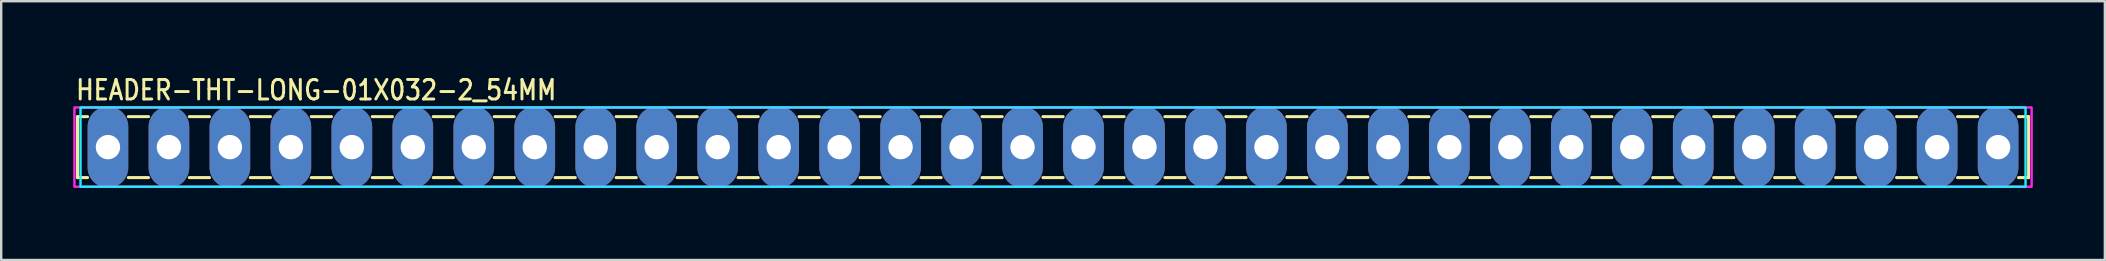
<source format=kicad_pcb>
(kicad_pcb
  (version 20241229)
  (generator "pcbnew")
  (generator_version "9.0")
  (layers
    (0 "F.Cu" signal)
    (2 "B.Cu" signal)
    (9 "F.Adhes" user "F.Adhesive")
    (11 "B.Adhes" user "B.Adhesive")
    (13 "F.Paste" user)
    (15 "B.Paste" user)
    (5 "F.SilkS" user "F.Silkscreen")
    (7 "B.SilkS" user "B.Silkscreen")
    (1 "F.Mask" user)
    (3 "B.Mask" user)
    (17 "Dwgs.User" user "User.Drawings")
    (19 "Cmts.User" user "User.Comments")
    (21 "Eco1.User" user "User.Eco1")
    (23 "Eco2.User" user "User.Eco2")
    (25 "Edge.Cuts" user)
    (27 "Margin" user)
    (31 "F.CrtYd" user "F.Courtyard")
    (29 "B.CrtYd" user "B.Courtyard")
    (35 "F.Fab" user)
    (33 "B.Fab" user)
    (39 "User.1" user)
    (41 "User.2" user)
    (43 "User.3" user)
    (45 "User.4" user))
  (footprint "HEADER-THT-LONG-01X032-2_54MM"
    (layer "F.Cu")
    (at 1.447 3.079)
    (property "Reference" "HEADER-THT-LONG-01X032-2_54MM" (at -1.4 -1.9 0) (unlocked yes) (layer "F.SilkS") (effects (font (size 0.813 0.695) (thickness 0.122)) (justify left bottom)))
    (fp_line (start -1.27 -1.27) (end -1.27 1.27) (stroke (width 0.127) (type solid)) (layer "F.SilkS"))
    (fp_line (start -1.27 1.27) (end -0.85 1.27) (stroke (width 0.127) (type solid)) (layer "F.SilkS"))
    (fp_line (start -0.85 -1.27) (end -1.27 -1.27) (stroke (width 0.127) (type solid)) (layer "F.SilkS"))
    (fp_line (start 0.85 -1.27) (end 1.69 -1.27) (stroke (width 0.127) (type solid)) (layer "F.SilkS"))
    (fp_line (start 0.85 1.27) (end 1.69 1.27) (stroke (width 0.127) (type solid)) (layer "F.SilkS"))
    (fp_line (start 3.39 -1.27) (end 4.23 -1.27) (stroke (width 0.127) (type solid)) (layer "F.SilkS"))
    (fp_line (start 3.39 1.27) (end 4.23 1.27) (stroke (width 0.127) (type solid)) (layer "F.SilkS"))
    (fp_line (start 5.93 -1.27) (end 6.77 -1.27) (stroke (width 0.127) (type solid)) (layer "F.SilkS"))
    (fp_line (start 5.93 1.27) (end 6.77 1.27) (stroke (width 0.127) (type solid)) (layer "F.SilkS"))
    (fp_line (start 8.47 -1.27) (end 9.31 -1.27) (stroke (width 0.127) (type solid)) (layer "F.SilkS"))
    (fp_line (start 8.47 1.27) (end 9.31 1.27) (stroke (width 0.127) (type solid)) (layer "F.SilkS"))
    (fp_line (start 11.01 -1.27) (end 11.85 -1.27) (stroke (width 0.127) (type solid)) (layer "F.SilkS"))
    (fp_line (start 11.01 1.27) (end 11.85 1.27) (stroke (width 0.127) (type solid)) (layer "F.SilkS"))
    (fp_line (start 13.55 -1.27) (end 14.39 -1.27) (stroke (width 0.127) (type solid)) (layer "F.SilkS"))
    (fp_line (start 13.55 1.27) (end 14.39 1.27) (stroke (width 0.127) (type solid)) (layer "F.SilkS"))
    (fp_line (start 16.09 -1.27) (end 16.93 -1.27) (stroke (width 0.127) (type solid)) (layer "F.SilkS"))
    (fp_line (start 16.09 1.27) (end 16.93 1.27) (stroke (width 0.127) (type solid)) (layer "F.SilkS"))
    (fp_line (start 18.63 -1.27) (end 19.47 -1.27) (stroke (width 0.127) (type solid)) (layer "F.SilkS"))
    (fp_line (start 18.63 1.27) (end 19.47 1.27) (stroke (width 0.127) (type solid)) (layer "F.SilkS"))
    (fp_line (start 21.17 -1.27) (end 22.01 -1.27) (stroke (width 0.127) (type solid)) (layer "F.SilkS"))
    (fp_line (start 21.17 1.27) (end 22.01 1.27) (stroke (width 0.127) (type solid)) (layer "F.SilkS"))
    (fp_line (start 23.71 -1.27) (end 24.55 -1.27) (stroke (width 0.127) (type solid)) (layer "F.SilkS"))
    (fp_line (start 23.71 1.27) (end 24.55 1.27) (stroke (width 0.127) (type solid)) (layer "F.SilkS"))
    (fp_line (start 26.25 -1.27) (end 27.09 -1.27) (stroke (width 0.127) (type solid)) (layer "F.SilkS"))
    (fp_line (start 26.25 1.27) (end 27.09 1.27) (stroke (width 0.127) (type solid)) (layer "F.SilkS"))
    (fp_line (start 28.79 -1.27) (end 29.63 -1.27) (stroke (width 0.127) (type solid)) (layer "F.SilkS"))
    (fp_line (start 28.79 1.27) (end 29.63 1.27) (stroke (width 0.127) (type solid)) (layer "F.SilkS"))
    (fp_line (start 31.33 -1.27) (end 32.17 -1.27) (stroke (width 0.127) (type solid)) (layer "F.SilkS"))
    (fp_line (start 31.33 1.27) (end 32.17 1.27) (stroke (width 0.127) (type solid)) (layer "F.SilkS"))
    (fp_line (start 33.87 -1.27) (end 34.71 -1.27) (stroke (width 0.127) (type solid)) (layer "F.SilkS"))
    (fp_line (start 33.87 1.27) (end 34.71 1.27) (stroke (width 0.127) (type solid)) (layer "F.SilkS"))
    (fp_line (start 36.41 -1.27) (end 37.25 -1.27) (stroke (width 0.127) (type solid)) (layer "F.SilkS"))
    (fp_line (start 36.41 1.27) (end 37.25 1.27) (stroke (width 0.127) (type solid)) (layer "F.SilkS"))
    (fp_line (start 38.95 -1.27) (end 39.79 -1.27) (stroke (width 0.127) (type solid)) (layer "F.SilkS"))
    (fp_line (start 38.95 1.27) (end 39.79 1.27) (stroke (width 0.127) (type solid)) (layer "F.SilkS"))
    (fp_line (start 41.49 -1.27) (end 42.33 -1.27) (stroke (width 0.127) (type solid)) (layer "F.SilkS"))
    (fp_line (start 41.49 1.27) (end 42.33 1.27) (stroke (width 0.127) (type solid)) (layer "F.SilkS"))
    (fp_line (start 44.03 -1.27) (end 44.87 -1.27) (stroke (width 0.127) (type solid)) (layer "F.SilkS"))
    (fp_line (start 44.03 1.27) (end 44.87 1.27) (stroke (width 0.127) (type solid)) (layer "F.SilkS"))
    (fp_line (start 46.57 -1.27) (end 47.41 -1.27) (stroke (width 0.127) (type solid)) (layer "F.SilkS"))
    (fp_line (start 46.57 1.27) (end 47.41 1.27) (stroke (width 0.127) (type solid)) (layer "F.SilkS"))
    (fp_line (start 49.11 -1.27) (end 49.95 -1.27) (stroke (width 0.127) (type solid)) (layer "F.SilkS"))
    (fp_line (start 49.11 1.27) (end 49.95 1.27) (stroke (width 0.127) (type solid)) (layer "F.SilkS"))
    (fp_line (start 51.65 -1.27) (end 52.49 -1.27) (stroke (width 0.127) (type solid)) (layer "F.SilkS"))
    (fp_line (start 51.65 1.27) (end 52.49 1.27) (stroke (width 0.127) (type solid)) (layer "F.SilkS"))
    (fp_line (start 54.19 -1.27) (end 55.03 -1.27) (stroke (width 0.127) (type solid)) (layer "F.SilkS"))
    (fp_line (start 54.19 1.27) (end 55.03 1.27) (stroke (width 0.127) (type solid)) (layer "F.SilkS"))
    (fp_line (start 56.73 -1.27) (end 57.57 -1.27) (stroke (width 0.127) (type solid)) (layer "F.SilkS"))
    (fp_line (start 56.73 1.27) (end 57.57 1.27) (stroke (width 0.127) (type solid)) (layer "F.SilkS"))
    (fp_line (start 59.27 -1.27) (end 60.11 -1.27) (stroke (width 0.127) (type solid)) (layer "F.SilkS"))
    (fp_line (start 59.27 1.27) (end 60.11 1.27) (stroke (width 0.127) (type solid)) (layer "F.SilkS"))
    (fp_line (start 61.81 -1.27) (end 62.65 -1.27) (stroke (width 0.127) (type solid)) (layer "F.SilkS"))
    (fp_line (start 61.81 1.27) (end 62.65 1.27) (stroke (width 0.127) (type solid)) (layer "F.SilkS"))
    (fp_line (start 64.35 -1.27) (end 65.19 -1.27) (stroke (width 0.127) (type solid)) (layer "F.SilkS"))
    (fp_line (start 64.35 1.27) (end 65.19 1.27) (stroke (width 0.127) (type solid)) (layer "F.SilkS"))
    (fp_line (start 66.89 -1.27) (end 67.73 -1.27) (stroke (width 0.127) (type solid)) (layer "F.SilkS"))
    (fp_line (start 66.89 1.27) (end 67.73 1.27) (stroke (width 0.127) (type solid)) (layer "F.SilkS"))
    (fp_line (start 69.43 -1.27) (end 70.27 -1.27) (stroke (width 0.127) (type solid)) (layer "F.SilkS"))
    (fp_line (start 69.43 1.27) (end 70.27 1.27) (stroke (width 0.127) (type solid)) (layer "F.SilkS"))
    (fp_line (start 71.97 -1.27) (end 72.81 -1.27) (stroke (width 0.127) (type solid)) (layer "F.SilkS"))
    (fp_line (start 71.97 1.27) (end 72.81 1.27) (stroke (width 0.127) (type solid)) (layer "F.SilkS"))
    (fp_line (start 74.51 -1.27) (end 75.35 -1.27) (stroke (width 0.127) (type solid)) (layer "F.SilkS"))
    (fp_line (start 74.51 1.27) (end 75.35 1.27) (stroke (width 0.127) (type solid)) (layer "F.SilkS"))
    (fp_line (start 77.05 -1.27) (end 77.89 -1.27) (stroke (width 0.127) (type solid)) (layer "F.SilkS"))
    (fp_line (start 77.05 1.27) (end 77.89 1.27) (stroke (width 0.127) (type solid)) (layer "F.SilkS"))
    (fp_line (start 79.59 -1.27) (end 80.01 -1.27) (stroke (width 0.127) (type solid)) (layer "F.SilkS"))
    (fp_line (start 80.01 -1.27) (end 80.01 1.27) (stroke (width 0.127) (type solid)) (layer "F.SilkS"))
    (fp_line (start 80.01 1.27) (end 79.59 1.27) (stroke (width 0.127) (type solid)) (layer "F.SilkS"))
    (fp_poly (pts (xy -1.143 -1.651) (xy 79.883 -1.651) (xy 79.883 1.651) (xy -1.143 1.651)) (stroke (width 0.1) (type solid)) (fill no) (layer "B.CrtYd"))
    (fp_poly (pts (xy -1.397 -1.651) (xy 80.137 -1.651) (xy 80.137 1.651) (xy -1.397 1.651)) (stroke (width 0.1) (type solid)) (fill no) (layer "F.CrtYd"))
    (pad "1" thru_hole oval (at 0 0 90) (size 3.387 1.693) (drill 1.016) (layers "*.Cu" "*.Mask"))
    (pad "2" thru_hole oval (at 2.54 0 90) (size 3.387 1.693) (drill 1.016) (layers "*.Cu" "*.Mask"))
    (pad "3" thru_hole oval (at 5.08 0 90) (size 3.387 1.693) (drill 1.016) (layers "*.Cu" "*.Mask"))
    (pad "4" thru_hole oval (at 7.62 0 90) (size 3.387 1.693) (drill 1.016) (layers "*.Cu" "*.Mask"))
    (pad "5" thru_hole oval (at 10.16 0 90) (size 3.387 1.693) (drill 1.016) (layers "*.Cu" "*.Mask"))
    (pad "6" thru_hole oval (at 12.7 0 90) (size 3.387 1.693) (drill 1.016) (layers "*.Cu" "*.Mask"))
    (pad "7" thru_hole oval (at 15.24 0 90) (size 3.387 1.693) (drill 1.016) (layers "*.Cu" "*.Mask"))
    (pad "8" thru_hole oval (at 17.78 0 90) (size 3.387 1.693) (drill 1.016) (layers "*.Cu" "*.Mask"))
    (pad "9" thru_hole oval (at 20.32 0 90) (size 3.387 1.693) (drill 1.016) (layers "*.Cu" "*.Mask"))
    (pad "10" thru_hole oval (at 22.86 0 90) (size 3.387 1.693) (drill 1.016) (layers "*.Cu" "*.Mask"))
    (pad "11" thru_hole oval (at 25.4 0 90) (size 3.387 1.693) (drill 1.016) (layers "*.Cu" "*.Mask"))
    (pad "12" thru_hole oval (at 27.94 0 90) (size 3.387 1.693) (drill 1.016) (layers "*.Cu" "*.Mask"))
    (pad "13" thru_hole oval (at 30.48 0 90) (size 3.387 1.693) (drill 1.016) (layers "*.Cu" "*.Mask"))
    (pad "14" thru_hole oval (at 33.02 0 90) (size 3.387 1.693) (drill 1.016) (layers "*.Cu" "*.Mask"))
    (pad "15" thru_hole oval (at 35.56 0 90) (size 3.387 1.693) (drill 1.016) (layers "*.Cu" "*.Mask"))
    (pad "16" thru_hole oval (at 38.1 0 90) (size 3.387 1.693) (drill 1.016) (layers "*.Cu" "*.Mask"))
    (pad "17" thru_hole oval (at 40.64 0 90) (size 3.387 1.693) (drill 1.016) (layers "*.Cu" "*.Mask"))
    (pad "18" thru_hole oval (at 43.18 0 90) (size 3.387 1.693) (drill 1.016) (layers "*.Cu" "*.Mask"))
    (pad "19" thru_hole oval (at 45.72 0 90) (size 3.387 1.693) (drill 1.016) (layers "*.Cu" "*.Mask"))
    (pad "20" thru_hole oval (at 48.26 0 90) (size 3.387 1.693) (drill 1.016) (layers "*.Cu" "*.Mask"))
    (pad "21" thru_hole oval (at 50.8 0 90) (size 3.387 1.693) (drill 1.016) (layers "*.Cu" "*.Mask"))
    (pad "22" thru_hole oval (at 53.34 0 90) (size 3.387 1.693) (drill 1.016) (layers "*.Cu" "*.Mask"))
    (pad "23" thru_hole oval (at 55.88 0 90) (size 3.387 1.693) (drill 1.016) (layers "*.Cu" "*.Mask"))
    (pad "24" thru_hole oval (at 58.42 0 90) (size 3.387 1.693) (drill 1.016) (layers "*.Cu" "*.Mask"))
    (pad "25" thru_hole oval (at 60.96 0 90) (size 3.387 1.693) (drill 1.016) (layers "*.Cu" "*.Mask"))
    (pad "26" thru_hole oval (at 63.5 0 90) (size 3.387 1.693) (drill 1.016) (layers "*.Cu" "*.Mask"))
    (pad "27" thru_hole oval (at 66.04 0 90) (size 3.387 1.693) (drill 1.016) (layers "*.Cu" "*.Mask"))
    (pad "28" thru_hole oval (at 68.58 0 90) (size 3.387 1.693) (drill 1.016) (layers "*.Cu" "*.Mask"))
    (pad "29" thru_hole oval (at 71.12 0 90) (size 3.387 1.693) (drill 1.016) (layers "*.Cu" "*.Mask"))
    (pad "30" thru_hole oval (at 73.66 0 90) (size 3.387 1.693) (drill 1.016) (layers "*.Cu" "*.Mask"))
    (pad "31" thru_hole oval (at 76.2 0 90) (size 3.387 1.693) (drill 1.016) (layers "*.Cu" "*.Mask"))
    (pad "32" thru_hole oval (at 78.74 0 90) (size 3.387 1.693) (drill 1.016) (layers "*.Cu" "*.Mask")))
  (gr_rect
    (start -3 -3)
    (end 84.634 7.78)
    (stroke (width 0.1) (type default))
    (fill no)
    (layer "Edge.Cuts")))
</source>
